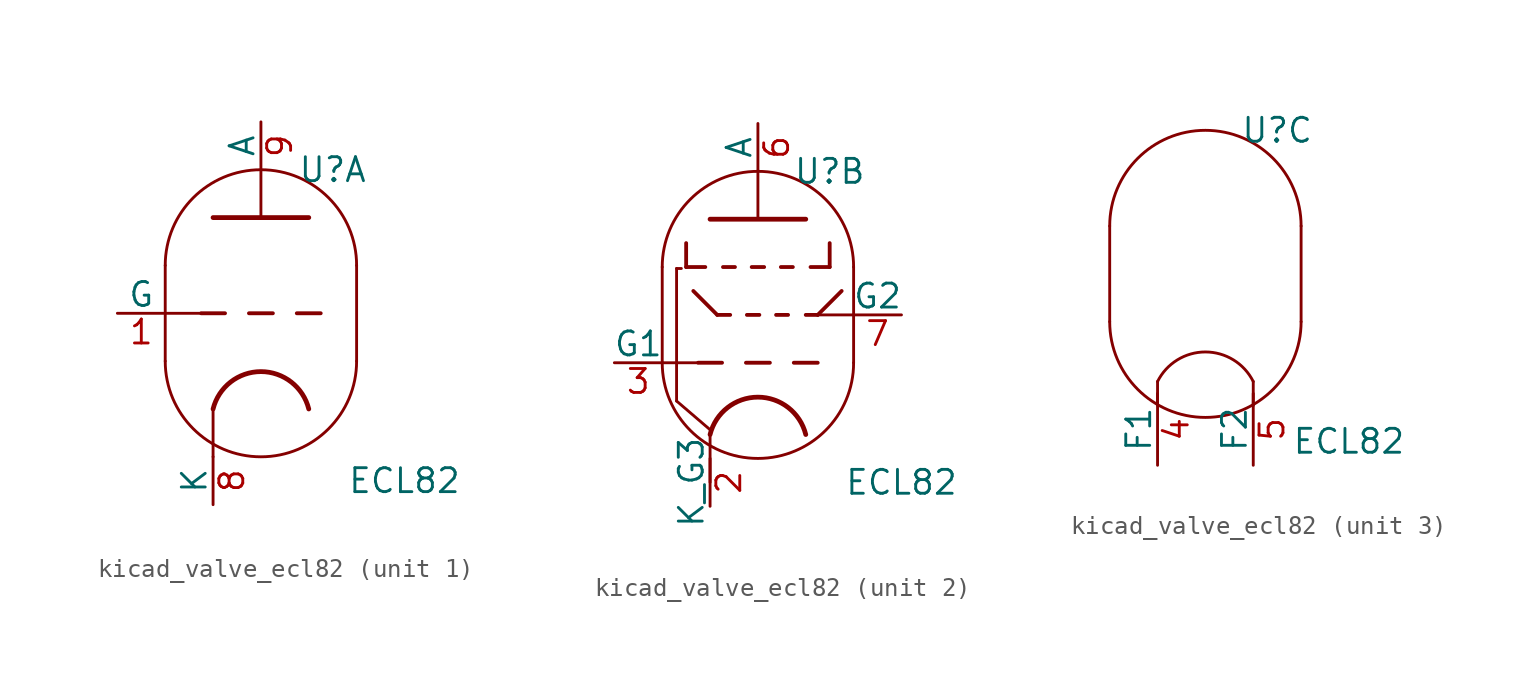
<source format=kicad_sym>
(kicad_symbol_lib
  (version 20220914)
  (generator kicad_symbol_editor)
  (symbol "kicad_valve_ecl82"
    (pin_names
      (offset 0))
    (property "Reference" "U"
      (at 3.81 7.62 0)
      (effects (font (size 1.27 1.27))))
    (property "Value" "ECL82"
      (at 7.62 -8.89 0)
      (effects (font (size 1.27 1.27))))
    (property "ki_locked" ""
      (at 0 0 0)
      (effects (font (size 1.27 1.27))))
    (symbol "kicad_valve_ecl82_0_1"
      (arc (start -5.08 -2.54) (mid 0 -7.5979) (end 5.08 -2.54) (stroke (width 0) (type default)) (fill (type none)))
      (polyline (pts (xy 5.08 2.54) (xy 5.08 -2.54)) (stroke (width 0) (type default)) (fill (type none)))
      (polyline (pts (xy -5.08 2.54) (xy -5.08 -2.54) (xy -5.08 -2.54) (xy -5.08 -2.54)) (stroke (width 0) (type default)) (fill (type none)))
      (arc (start 5.08 2.54) (mid 0 7.5979) (end -5.08 2.54) (stroke (width 0) (type default)) (fill (type none))))
    (symbol "kicad_valve_ecl82_1_0"
      (polyline (pts (xy -2.54 -5.08) (xy -2.54 -7.62)) (stroke (width 0) (type default)) (fill (type none))))
    (symbol "kicad_valve_ecl82_1_1"
      (polyline (pts (xy -5.08 0) (xy -3.175 0)) (stroke (width 0) (type default)) (fill (type none)))
      (polyline (pts (xy -1.905 0) (xy -3.175 0)) (stroke (width 0.203) (type default)) (fill (type none)))
      (polyline (pts (xy -0.635 0) (xy 0.635 0)) (stroke (width 0.203) (type default)) (fill (type none)))
      (polyline (pts (xy 0 5.08) (xy 0 7.62)) (stroke (width 0) (type default)) (fill (type none)))
      (polyline (pts (xy 1.905 0) (xy 3.175 0)) (stroke (width 0.203) (type default)) (fill (type none)))
      (polyline (pts (xy -2.54 5.08) (xy 2.54 5.08) (xy 2.54 5.08)) (stroke (width 0.254) (type default)) (fill (type none)))
      (arc (start 2.54 -5.08) (mid 0 -3.0968) (end -2.54 -5.08) (stroke (width 0.254) (type default)) (fill (type none)))
      (pin input line (at -7.62 0 0) (length 2.54) (name "G" (effects (font (size 1.27 1.27)))) (number "1" (effects (font (size 1.27 1.27)))))
      (pin bidirectional line (at -2.54 -10.16 90) (length 2.54) (name "K" (effects (font (size 1.27 1.27)))) (number "8" (effects (font (size 1.27 1.27)))))
      (pin output line (at 0 10.16 270) (length 2.54) (name "A" (effects (font (size 1.27 1.27)))) (number "9" (effects (font (size 1.27 1.27))))))
    (symbol "kicad_valve_ecl82_2_0"
      (polyline (pts (xy -2.54 -6.35) (xy -2.54 -8.89)) (stroke (width 0) (type default)) (fill (type none)))
      (polyline (pts (xy 0 5.08) (xy 0 7.62)) (stroke (width 0) (type default)) (fill (type none)))
      (polyline (pts (xy 2.54 0) (xy 3.175 0)) (stroke (width 0.203) (type default)) (fill (type none)))
      (polyline (pts (xy 4.445 1.27) (xy 3.175 0)) (stroke (width 0.203) (type default)) (fill (type none))))
    (symbol "kicad_valve_ecl82_2_1"
      (polyline (pts (xy -5.08 -2.54) (xy -3.175 -2.54)) (stroke (width 0) (type default)) (fill (type none)))
      (polyline (pts (xy -4.318 -4.572) (xy -4.318 2.464)) (stroke (width 0.152) (type default)) (fill (type none)))
      (polyline (pts (xy -4.318 -4.572) (xy -2.54 -6.096)) (stroke (width 0.152) (type default)) (fill (type none)))
      (polyline (pts (xy -4.064 2.464) (xy -4.318 2.464)) (stroke (width 0.152) (type default)) (fill (type none)))
      (polyline (pts (xy -3.81 2.54) (xy -2.794 2.54)) (stroke (width 0.203) (type default)) (fill (type none)))
      (polyline (pts (xy -3.81 3.81) (xy -3.81 2.54)) (stroke (width 0.203) (type default)) (fill (type none)))
      (polyline (pts (xy -3.429 1.27) (xy -2.159 0)) (stroke (width 0.203) (type default)) (fill (type none)))
      (polyline (pts (xy -2.159 0) (xy -1.473 0)) (stroke (width 0.203) (type default)) (fill (type none)))
      (polyline (pts (xy -1.905 -2.54) (xy -3.175 -2.54)) (stroke (width 0.203) (type default)) (fill (type none)))
      (polyline (pts (xy -1.854 2.54) (xy -1.219 2.54)) (stroke (width 0.203) (type default)) (fill (type none)))
      (polyline (pts (xy -0.635 -2.54) (xy 0.635 -2.54)) (stroke (width 0.203) (type default)) (fill (type none)))
      (polyline (pts (xy -0.584 0) (xy 0.076 0)) (stroke (width 0.203) (type default)) (fill (type none)))
      (polyline (pts (xy -0.33 2.54) (xy 0.33 2.54)) (stroke (width 0.203) (type default)) (fill (type none)))
      (polyline (pts (xy 0.965 0) (xy 1.6 0)) (stroke (width 0.203) (type default)) (fill (type none)))
      (polyline (pts (xy 1.219 2.54) (xy 1.854 2.54)) (stroke (width 0.203) (type default)) (fill (type none)))
      (polyline (pts (xy 1.905 -2.54) (xy 3.175 -2.54)) (stroke (width 0.203) (type default)) (fill (type none)))
      (polyline (pts (xy 3.175 0) (xy 5.08 0)) (stroke (width 0) (type default)) (fill (type none)))
      (polyline (pts (xy 3.81 2.54) (xy 2.794 2.54)) (stroke (width 0.203) (type default)) (fill (type none)))
      (polyline (pts (xy 3.81 3.81) (xy 3.81 2.54)) (stroke (width 0.203) (type default)) (fill (type none)))
      (polyline (pts (xy -2.54 5.08) (xy 2.54 5.08) (xy 2.54 5.08)) (stroke (width 0.254) (type default)) (fill (type none)))
      (arc (start 2.54 -6.35) (mid 0 -4.3668) (end -2.54 -6.35) (stroke (width 0.254) (type default)) (fill (type none)))
      (pin bidirectional line (at -2.54 -10.16 90) (length 2.54) (name "K_G3" (effects (font (size 1.27 1.27)))) (number "2" (effects (font (size 1.27 1.27)))))
      (pin input line (at -7.62 -2.54 0) (length 2.54) (name "G1" (effects (font (size 1.27 1.27)))) (number "3" (effects (font (size 1.27 1.27)))))
      (pin output line (at 0 10.16 270) (length 2.54) (name "A" (effects (font (size 1.27 1.27)))) (number "6" (effects (font (size 1.27 1.27)))))
      (pin input line (at 7.62 0 180) (length 2.54) (name "G2" (effects (font (size 1.27 1.27)))) (number "7" (effects (font (size 1.27 1.27))))))
    (symbol "kicad_valve_ecl82_3_1"
      (polyline (pts (xy -2.54 -6.985) (xy -2.54 -5.715) (xy -2.54 -5.715)) (stroke (width 0) (type default)) (fill (type none)))
      (polyline (pts (xy 2.54 -6.985) (xy 2.54 -5.715) (xy 2.54 -5.715) (xy 2.54 -5.715)) (stroke (width 0) (type default)) (fill (type none)))
      (arc (start 2.54 -5.715) (mid 0 -4.1452) (end -2.54 -5.715) (stroke (width 0) (type default)) (fill (type none)))
      (pin power_in line (at -2.54 -10.16 90) (length 3.81) (name "F1" (effects (font (size 1.27 1.27)))) (number "4" (effects (font (size 1.27 1.27)))))
      (pin power_in line (at 2.54 -10.16 90) (length 3.81) (name "F2" (effects (font (size 1.27 1.27)))) (number "5" (effects (font (size 1.27 1.27))))))))
</source>
